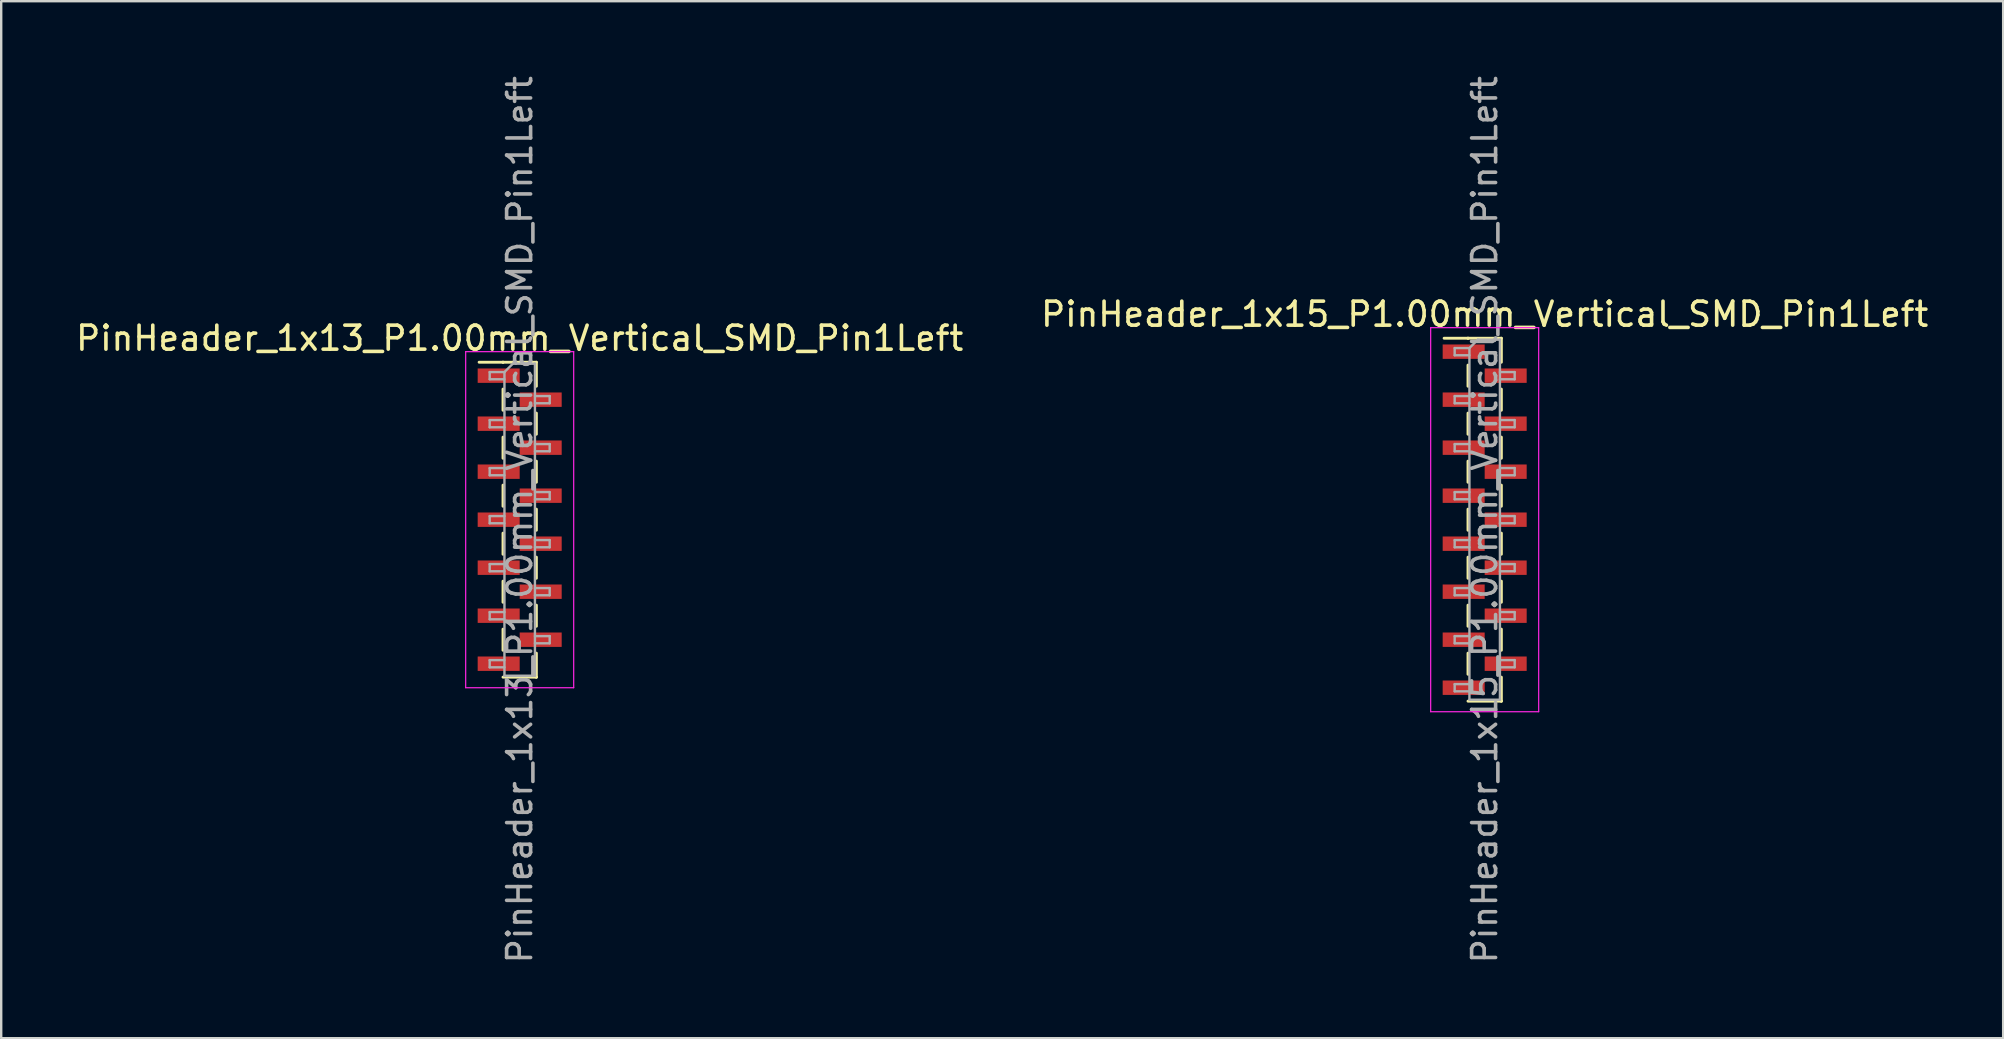
<source format=kicad_pcb>
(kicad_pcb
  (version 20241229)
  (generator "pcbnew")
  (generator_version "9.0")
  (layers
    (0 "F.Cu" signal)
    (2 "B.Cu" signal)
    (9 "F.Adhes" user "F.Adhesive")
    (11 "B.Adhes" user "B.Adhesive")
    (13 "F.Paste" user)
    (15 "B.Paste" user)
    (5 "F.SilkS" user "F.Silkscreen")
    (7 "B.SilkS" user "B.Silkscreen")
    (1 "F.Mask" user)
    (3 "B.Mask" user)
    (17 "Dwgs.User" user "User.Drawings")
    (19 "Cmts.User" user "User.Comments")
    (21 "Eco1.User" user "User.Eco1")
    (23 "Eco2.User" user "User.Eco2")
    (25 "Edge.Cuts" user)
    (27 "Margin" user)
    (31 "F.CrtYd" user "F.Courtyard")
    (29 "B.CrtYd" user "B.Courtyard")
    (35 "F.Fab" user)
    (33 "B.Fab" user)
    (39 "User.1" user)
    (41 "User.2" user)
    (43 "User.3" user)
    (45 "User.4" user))
  (footprint "PinHeader_1x13_P1.00mm_Vertical_SMD_Pin1Left"
    (layer "F.Cu")
    (at 18.601 18.601)
    (property "Reference" "PinHeader_1x13_P1.00mm_Vertical_SMD_Pin1Left" (at 0 -7.56 0) (layer "F.SilkS") (effects (font (size 1 1) (thickness 0.15))))
    (attr smd)
    (fp_line (start -0.695 -6.56) (end -1.69 -6.56) (stroke (width 0.12) (type solid)) (layer "F.SilkS"))
    (fp_line (start -0.695 -6.56) (end -0.695 -6.56) (stroke (width 0.12) (type solid)) (layer "F.SilkS"))
    (fp_line (start -0.695 -6.56) (end 0.695 -6.56) (stroke (width 0.12) (type solid)) (layer "F.SilkS"))
    (fp_line (start -0.695 -5.44) (end -0.695 -4.56) (stroke (width 0.12) (type solid)) (layer "F.SilkS"))
    (fp_line (start -0.695 -3.44) (end -0.695 -2.56) (stroke (width 0.12) (type solid)) (layer "F.SilkS"))
    (fp_line (start -0.695 -1.44) (end -0.695 -0.56) (stroke (width 0.12) (type solid)) (layer "F.SilkS"))
    (fp_line (start -0.695 0.56) (end -0.695 1.44) (stroke (width 0.12) (type solid)) (layer "F.SilkS"))
    (fp_line (start -0.695 2.56) (end -0.695 3.44) (stroke (width 0.12) (type solid)) (layer "F.SilkS"))
    (fp_line (start -0.695 4.56) (end -0.695 5.44) (stroke (width 0.12) (type solid)) (layer "F.SilkS"))
    (fp_line (start -0.695 6.56) (end 0.695 6.56) (stroke (width 0.12) (type solid)) (layer "F.SilkS"))
    (fp_line (start 0.695 -6.56) (end 0.695 -5.56) (stroke (width 0.12) (type solid)) (layer "F.SilkS"))
    (fp_line (start 0.695 -4.44) (end 0.695 -3.56) (stroke (width 0.12) (type solid)) (layer "F.SilkS"))
    (fp_line (start 0.695 -2.44) (end 0.695 -1.56) (stroke (width 0.12) (type solid)) (layer "F.SilkS"))
    (fp_line (start 0.695 -0.44) (end 0.695 0.44) (stroke (width 0.12) (type solid)) (layer "F.SilkS"))
    (fp_line (start 0.695 1.56) (end 0.695 2.44) (stroke (width 0.12) (type solid)) (layer "F.SilkS"))
    (fp_line (start 0.695 3.56) (end 0.695 4.44) (stroke (width 0.12) (type solid)) (layer "F.SilkS"))
    (fp_line (start 0.695 5.56) (end 0.695 6.56) (stroke (width 0.12) (type solid)) (layer "F.SilkS"))
    (fp_line (start 0.695 6.56) (end 0.695 6.56) (stroke (width 0.12) (type solid)) (layer "F.SilkS"))
    (fp_line (start -2.25 -7) (end -2.25 7) (stroke (width 0.05) (type solid)) (layer "F.CrtYd"))
    (fp_line (start -2.25 7) (end 2.25 7) (stroke (width 0.05) (type solid)) (layer "F.CrtYd"))
    (fp_line (start 2.25 -7) (end -2.25 -7) (stroke (width 0.05) (type solid)) (layer "F.CrtYd"))
    (fp_line (start 2.25 7) (end 2.25 -7) (stroke (width 0.05) (type solid)) (layer "F.CrtYd"))
    (fp_line (start -1.25 -6.15) (end -1.25 -5.85) (stroke (width 0.1) (type solid)) (layer "F.Fab"))
    (fp_line (start -1.25 -5.85) (end -0.635 -5.85) (stroke (width 0.1) (type solid)) (layer "F.Fab"))
    (fp_line (start -1.25 -4.15) (end -1.25 -3.85) (stroke (width 0.1) (type solid)) (layer "F.Fab"))
    (fp_line (start -1.25 -3.85) (end -0.635 -3.85) (stroke (width 0.1) (type solid)) (layer "F.Fab"))
    (fp_line (start -1.25 -2.15) (end -1.25 -1.85) (stroke (width 0.1) (type solid)) (layer "F.Fab"))
    (fp_line (start -1.25 -1.85) (end -0.635 -1.85) (stroke (width 0.1) (type solid)) (layer "F.Fab"))
    (fp_line (start -1.25 -0.15) (end -1.25 0.15) (stroke (width 0.1) (type solid)) (layer "F.Fab"))
    (fp_line (start -1.25 0.15) (end -0.635 0.15) (stroke (width 0.1) (type solid)) (layer "F.Fab"))
    (fp_line (start -1.25 1.85) (end -1.25 2.15) (stroke (width 0.1) (type solid)) (layer "F.Fab"))
    (fp_line (start -1.25 2.15) (end -0.635 2.15) (stroke (width 0.1) (type solid)) (layer "F.Fab"))
    (fp_line (start -1.25 3.85) (end -1.25 4.15) (stroke (width 0.1) (type solid)) (layer "F.Fab"))
    (fp_line (start -1.25 4.15) (end -0.635 4.15) (stroke (width 0.1) (type solid)) (layer "F.Fab"))
    (fp_line (start -1.25 5.85) (end -1.25 6.15) (stroke (width 0.1) (type solid)) (layer "F.Fab"))
    (fp_line (start -1.25 6.15) (end -0.635 6.15) (stroke (width 0.1) (type solid)) (layer "F.Fab"))
    (fp_line (start -0.635 -6.15) (end -1.25 -6.15) (stroke (width 0.1) (type solid)) (layer "F.Fab"))
    (fp_line (start -0.635 -6.15) (end -0.285 -6.5) (stroke (width 0.1) (type solid)) (layer "F.Fab"))
    (fp_line (start -0.635 -4.15) (end -1.25 -4.15) (stroke (width 0.1) (type solid)) (layer "F.Fab"))
    (fp_line (start -0.635 -2.15) (end -1.25 -2.15) (stroke (width 0.1) (type solid)) (layer "F.Fab"))
    (fp_line (start -0.635 -0.15) (end -1.25 -0.15) (stroke (width 0.1) (type solid)) (layer "F.Fab"))
    (fp_line (start -0.635 1.85) (end -1.25 1.85) (stroke (width 0.1) (type solid)) (layer "F.Fab"))
    (fp_line (start -0.635 3.85) (end -1.25 3.85) (stroke (width 0.1) (type solid)) (layer "F.Fab"))
    (fp_line (start -0.635 5.85) (end -1.25 5.85) (stroke (width 0.1) (type solid)) (layer "F.Fab"))
    (fp_line (start -0.635 6.5) (end -0.635 -6.15) (stroke (width 0.1) (type solid)) (layer "F.Fab"))
    (fp_line (start -0.285 -6.5) (end 0.635 -6.5) (stroke (width 0.1) (type solid)) (layer "F.Fab"))
    (fp_line (start 0.635 -6.5) (end 0.635 6.5) (stroke (width 0.1) (type solid)) (layer "F.Fab"))
    (fp_line (start 0.635 -5.15) (end 1.25 -5.15) (stroke (width 0.1) (type solid)) (layer "F.Fab"))
    (fp_line (start 0.635 -3.15) (end 1.25 -3.15) (stroke (width 0.1) (type solid)) (layer "F.Fab"))
    (fp_line (start 0.635 -1.15) (end 1.25 -1.15) (stroke (width 0.1) (type solid)) (layer "F.Fab"))
    (fp_line (start 0.635 0.85) (end 1.25 0.85) (stroke (width 0.1) (type solid)) (layer "F.Fab"))
    (fp_line (start 0.635 2.85) (end 1.25 2.85) (stroke (width 0.1) (type solid)) (layer "F.Fab"))
    (fp_line (start 0.635 4.85) (end 1.25 4.85) (stroke (width 0.1) (type solid)) (layer "F.Fab"))
    (fp_line (start 0.635 6.5) (end -0.635 6.5) (stroke (width 0.1) (type solid)) (layer "F.Fab"))
    (fp_line (start 1.25 -5.15) (end 1.25 -4.85) (stroke (width 0.1) (type solid)) (layer "F.Fab"))
    (fp_line (start 1.25 -4.85) (end 0.635 -4.85) (stroke (width 0.1) (type solid)) (layer "F.Fab"))
    (fp_line (start 1.25 -3.15) (end 1.25 -2.85) (stroke (width 0.1) (type solid)) (layer "F.Fab"))
    (fp_line (start 1.25 -2.85) (end 0.635 -2.85) (stroke (width 0.1) (type solid)) (layer "F.Fab"))
    (fp_line (start 1.25 -1.15) (end 1.25 -0.85) (stroke (width 0.1) (type solid)) (layer "F.Fab"))
    (fp_line (start 1.25 -0.85) (end 0.635 -0.85) (stroke (width 0.1) (type solid)) (layer "F.Fab"))
    (fp_line (start 1.25 0.85) (end 1.25 1.15) (stroke (width 0.1) (type solid)) (layer "F.Fab"))
    (fp_line (start 1.25 1.15) (end 0.635 1.15) (stroke (width 0.1) (type solid)) (layer "F.Fab"))
    (fp_line (start 1.25 2.85) (end 1.25 3.15) (stroke (width 0.1) (type solid)) (layer "F.Fab"))
    (fp_line (start 1.25 3.15) (end 0.635 3.15) (stroke (width 0.1) (type solid)) (layer "F.Fab"))
    (fp_line (start 1.25 4.85) (end 1.25 5.15) (stroke (width 0.1) (type solid)) (layer "F.Fab"))
    (fp_line (start 1.25 5.15) (end 0.635 5.15) (stroke (width 0.1) (type solid)) (layer "F.Fab"))
    (fp_text user "${REFERENCE}" (at 0 0 90) (layer "F.Fab") (effects (font (size 1 1) (thickness 0.15))))
    (pad "1" smd rect (at -0.875 -6) (size 1.75 0.6) (layers "F.Cu" "F.Mask" "F.Paste"))
    (pad "2" smd rect (at 0.875 -5) (size 1.75 0.6) (layers "F.Cu" "F.Mask" "F.Paste"))
    (pad "3" smd rect (at -0.875 -4) (size 1.75 0.6) (layers "F.Cu" "F.Mask" "F.Paste"))
    (pad "4" smd rect (at 0.875 -3) (size 1.75 0.6) (layers "F.Cu" "F.Mask" "F.Paste"))
    (pad "5" smd rect (at -0.875 -2) (size 1.75 0.6) (layers "F.Cu" "F.Mask" "F.Paste"))
    (pad "6" smd rect (at 0.875 -1) (size 1.75 0.6) (layers "F.Cu" "F.Mask" "F.Paste"))
    (pad "7" smd rect (at -0.875 0) (size 1.75 0.6) (layers "F.Cu" "F.Mask" "F.Paste"))
    (pad "8" smd rect (at 0.875 1) (size 1.75 0.6) (layers "F.Cu" "F.Mask" "F.Paste"))
    (pad "9" smd rect (at -0.875 2) (size 1.75 0.6) (layers "F.Cu" "F.Mask" "F.Paste"))
    (pad "10" smd rect (at 0.875 3) (size 1.75 0.6) (layers "F.Cu" "F.Mask" "F.Paste"))
    (pad "11" smd rect (at -0.875 4) (size 1.75 0.6) (layers "F.Cu" "F.Mask" "F.Paste"))
    (pad "12" smd rect (at 0.875 5) (size 1.75 0.6) (layers "F.Cu" "F.Mask" "F.Paste"))
    (pad "13" smd rect (at -0.875 6) (size 1.75 0.6) (layers "F.Cu" "F.Mask" "F.Paste")))
  (footprint "PinHeader_1x15_P1.00mm_Vertical_SMD_Pin1Left"
    (layer "F.Cu")
    (at 58.804 18.601)
    (property "Reference" "PinHeader_1x15_P1.00mm_Vertical_SMD_Pin1Left" (at 0 -8.56 0) (layer "F.SilkS") (effects (font (size 1 1) (thickness 0.15))))
    (attr smd)
    (fp_line (start -0.695 -7.56) (end -1.69 -7.56) (stroke (width 0.12) (type solid)) (layer "F.SilkS"))
    (fp_line (start -0.695 -7.56) (end -0.695 -7.56) (stroke (width 0.12) (type solid)) (layer "F.SilkS"))
    (fp_line (start -0.695 -7.56) (end 0.695 -7.56) (stroke (width 0.12) (type solid)) (layer "F.SilkS"))
    (fp_line (start -0.695 -6.44) (end -0.695 -5.56) (stroke (width 0.12) (type solid)) (layer "F.SilkS"))
    (fp_line (start -0.695 -4.44) (end -0.695 -3.56) (stroke (width 0.12) (type solid)) (layer "F.SilkS"))
    (fp_line (start -0.695 -2.44) (end -0.695 -1.56) (stroke (width 0.12) (type solid)) (layer "F.SilkS"))
    (fp_line (start -0.695 -0.44) (end -0.695 0.44) (stroke (width 0.12) (type solid)) (layer "F.SilkS"))
    (fp_line (start -0.695 1.56) (end -0.695 2.44) (stroke (width 0.12) (type solid)) (layer "F.SilkS"))
    (fp_line (start -0.695 3.56) (end -0.695 4.44) (stroke (width 0.12) (type solid)) (layer "F.SilkS"))
    (fp_line (start -0.695 5.56) (end -0.695 6.44) (stroke (width 0.12) (type solid)) (layer "F.SilkS"))
    (fp_line (start -0.695 7.56) (end 0.695 7.56) (stroke (width 0.12) (type solid)) (layer "F.SilkS"))
    (fp_line (start 0.695 -7.56) (end 0.695 -6.56) (stroke (width 0.12) (type solid)) (layer "F.SilkS"))
    (fp_line (start 0.695 -5.44) (end 0.695 -4.56) (stroke (width 0.12) (type solid)) (layer "F.SilkS"))
    (fp_line (start 0.695 -3.44) (end 0.695 -2.56) (stroke (width 0.12) (type solid)) (layer "F.SilkS"))
    (fp_line (start 0.695 -1.44) (end 0.695 -0.56) (stroke (width 0.12) (type solid)) (layer "F.SilkS"))
    (fp_line (start 0.695 0.56) (end 0.695 1.44) (stroke (width 0.12) (type solid)) (layer "F.SilkS"))
    (fp_line (start 0.695 2.56) (end 0.695 3.44) (stroke (width 0.12) (type solid)) (layer "F.SilkS"))
    (fp_line (start 0.695 4.56) (end 0.695 5.44) (stroke (width 0.12) (type solid)) (layer "F.SilkS"))
    (fp_line (start 0.695 6.56) (end 0.695 7.56) (stroke (width 0.12) (type solid)) (layer "F.SilkS"))
    (fp_line (start 0.695 7.56) (end 0.695 7.56) (stroke (width 0.12) (type solid)) (layer "F.SilkS"))
    (fp_line (start -2.25 -8) (end -2.25 8) (stroke (width 0.05) (type solid)) (layer "F.CrtYd"))
    (fp_line (start -2.25 8) (end 2.25 8) (stroke (width 0.05) (type solid)) (layer "F.CrtYd"))
    (fp_line (start 2.25 -8) (end -2.25 -8) (stroke (width 0.05) (type solid)) (layer "F.CrtYd"))
    (fp_line (start 2.25 8) (end 2.25 -8) (stroke (width 0.05) (type solid)) (layer "F.CrtYd"))
    (fp_line (start -1.25 -7.15) (end -1.25 -6.85) (stroke (width 0.1) (type solid)) (layer "F.Fab"))
    (fp_line (start -1.25 -6.85) (end -0.635 -6.85) (stroke (width 0.1) (type solid)) (layer "F.Fab"))
    (fp_line (start -1.25 -5.15) (end -1.25 -4.85) (stroke (width 0.1) (type solid)) (layer "F.Fab"))
    (fp_line (start -1.25 -4.85) (end -0.635 -4.85) (stroke (width 0.1) (type solid)) (layer "F.Fab"))
    (fp_line (start -1.25 -3.15) (end -1.25 -2.85) (stroke (width 0.1) (type solid)) (layer "F.Fab"))
    (fp_line (start -1.25 -2.85) (end -0.635 -2.85) (stroke (width 0.1) (type solid)) (layer "F.Fab"))
    (fp_line (start -1.25 -1.15) (end -1.25 -0.85) (stroke (width 0.1) (type solid)) (layer "F.Fab"))
    (fp_line (start -1.25 -0.85) (end -0.635 -0.85) (stroke (width 0.1) (type solid)) (layer "F.Fab"))
    (fp_line (start -1.25 0.85) (end -1.25 1.15) (stroke (width 0.1) (type solid)) (layer "F.Fab"))
    (fp_line (start -1.25 1.15) (end -0.635 1.15) (stroke (width 0.1) (type solid)) (layer "F.Fab"))
    (fp_line (start -1.25 2.85) (end -1.25 3.15) (stroke (width 0.1) (type solid)) (layer "F.Fab"))
    (fp_line (start -1.25 3.15) (end -0.635 3.15) (stroke (width 0.1) (type solid)) (layer "F.Fab"))
    (fp_line (start -1.25 4.85) (end -1.25 5.15) (stroke (width 0.1) (type solid)) (layer "F.Fab"))
    (fp_line (start -1.25 5.15) (end -0.635 5.15) (stroke (width 0.1) (type solid)) (layer "F.Fab"))
    (fp_line (start -1.25 6.85) (end -1.25 7.15) (stroke (width 0.1) (type solid)) (layer "F.Fab"))
    (fp_line (start -1.25 7.15) (end -0.635 7.15) (stroke (width 0.1) (type solid)) (layer "F.Fab"))
    (fp_line (start -0.635 -7.15) (end -1.25 -7.15) (stroke (width 0.1) (type solid)) (layer "F.Fab"))
    (fp_line (start -0.635 -7.15) (end -0.285 -7.5) (stroke (width 0.1) (type solid)) (layer "F.Fab"))
    (fp_line (start -0.635 -5.15) (end -1.25 -5.15) (stroke (width 0.1) (type solid)) (layer "F.Fab"))
    (fp_line (start -0.635 -3.15) (end -1.25 -3.15) (stroke (width 0.1) (type solid)) (layer "F.Fab"))
    (fp_line (start -0.635 -1.15) (end -1.25 -1.15) (stroke (width 0.1) (type solid)) (layer "F.Fab"))
    (fp_line (start -0.635 0.85) (end -1.25 0.85) (stroke (width 0.1) (type solid)) (layer "F.Fab"))
    (fp_line (start -0.635 2.85) (end -1.25 2.85) (stroke (width 0.1) (type solid)) (layer "F.Fab"))
    (fp_line (start -0.635 4.85) (end -1.25 4.85) (stroke (width 0.1) (type solid)) (layer "F.Fab"))
    (fp_line (start -0.635 6.85) (end -1.25 6.85) (stroke (width 0.1) (type solid)) (layer "F.Fab"))
    (fp_line (start -0.635 7.5) (end -0.635 -7.15) (stroke (width 0.1) (type solid)) (layer "F.Fab"))
    (fp_line (start -0.285 -7.5) (end 0.635 -7.5) (stroke (width 0.1) (type solid)) (layer "F.Fab"))
    (fp_line (start 0.635 -7.5) (end 0.635 7.5) (stroke (width 0.1) (type solid)) (layer "F.Fab"))
    (fp_line (start 0.635 -6.15) (end 1.25 -6.15) (stroke (width 0.1) (type solid)) (layer "F.Fab"))
    (fp_line (start 0.635 -4.15) (end 1.25 -4.15) (stroke (width 0.1) (type solid)) (layer "F.Fab"))
    (fp_line (start 0.635 -2.15) (end 1.25 -2.15) (stroke (width 0.1) (type solid)) (layer "F.Fab"))
    (fp_line (start 0.635 -0.15) (end 1.25 -0.15) (stroke (width 0.1) (type solid)) (layer "F.Fab"))
    (fp_line (start 0.635 1.85) (end 1.25 1.85) (stroke (width 0.1) (type solid)) (layer "F.Fab"))
    (fp_line (start 0.635 3.85) (end 1.25 3.85) (stroke (width 0.1) (type solid)) (layer "F.Fab"))
    (fp_line (start 0.635 5.85) (end 1.25 5.85) (stroke (width 0.1) (type solid)) (layer "F.Fab"))
    (fp_line (start 0.635 7.5) (end -0.635 7.5) (stroke (width 0.1) (type solid)) (layer "F.Fab"))
    (fp_line (start 1.25 -6.15) (end 1.25 -5.85) (stroke (width 0.1) (type solid)) (layer "F.Fab"))
    (fp_line (start 1.25 -5.85) (end 0.635 -5.85) (stroke (width 0.1) (type solid)) (layer "F.Fab"))
    (fp_line (start 1.25 -4.15) (end 1.25 -3.85) (stroke (width 0.1) (type solid)) (layer "F.Fab"))
    (fp_line (start 1.25 -3.85) (end 0.635 -3.85) (stroke (width 0.1) (type solid)) (layer "F.Fab"))
    (fp_line (start 1.25 -2.15) (end 1.25 -1.85) (stroke (width 0.1) (type solid)) (layer "F.Fab"))
    (fp_line (start 1.25 -1.85) (end 0.635 -1.85) (stroke (width 0.1) (type solid)) (layer "F.Fab"))
    (fp_line (start 1.25 -0.15) (end 1.25 0.15) (stroke (width 0.1) (type solid)) (layer "F.Fab"))
    (fp_line (start 1.25 0.15) (end 0.635 0.15) (stroke (width 0.1) (type solid)) (layer "F.Fab"))
    (fp_line (start 1.25 1.85) (end 1.25 2.15) (stroke (width 0.1) (type solid)) (layer "F.Fab"))
    (fp_line (start 1.25 2.15) (end 0.635 2.15) (stroke (width 0.1) (type solid)) (layer "F.Fab"))
    (fp_line (start 1.25 3.85) (end 1.25 4.15) (stroke (width 0.1) (type solid)) (layer "F.Fab"))
    (fp_line (start 1.25 4.15) (end 0.635 4.15) (stroke (width 0.1) (type solid)) (layer "F.Fab"))
    (fp_line (start 1.25 5.85) (end 1.25 6.15) (stroke (width 0.1) (type solid)) (layer "F.Fab"))
    (fp_line (start 1.25 6.15) (end 0.635 6.15) (stroke (width 0.1) (type solid)) (layer "F.Fab"))
    (fp_text user "${REFERENCE}" (at 0 0 90) (layer "F.Fab") (effects (font (size 1 1) (thickness 0.15))))
    (pad "1" smd rect (at -0.875 -7) (size 1.75 0.6) (layers "F.Cu" "F.Mask" "F.Paste"))
    (pad "2" smd rect (at 0.875 -6) (size 1.75 0.6) (layers "F.Cu" "F.Mask" "F.Paste"))
    (pad "3" smd rect (at -0.875 -5) (size 1.75 0.6) (layers "F.Cu" "F.Mask" "F.Paste"))
    (pad "4" smd rect (at 0.875 -4) (size 1.75 0.6) (layers "F.Cu" "F.Mask" "F.Paste"))
    (pad "5" smd rect (at -0.875 -3) (size 1.75 0.6) (layers "F.Cu" "F.Mask" "F.Paste"))
    (pad "6" smd rect (at 0.875 -2) (size 1.75 0.6) (layers "F.Cu" "F.Mask" "F.Paste"))
    (pad "7" smd rect (at -0.875 -1) (size 1.75 0.6) (layers "F.Cu" "F.Mask" "F.Paste"))
    (pad "8" smd rect (at 0.875 0) (size 1.75 0.6) (layers "F.Cu" "F.Mask" "F.Paste"))
    (pad "9" smd rect (at -0.875 1) (size 1.75 0.6) (layers "F.Cu" "F.Mask" "F.Paste"))
    (pad "10" smd rect (at 0.875 2) (size 1.75 0.6) (layers "F.Cu" "F.Mask" "F.Paste"))
    (pad "11" smd rect (at -0.875 3) (size 1.75 0.6) (layers "F.Cu" "F.Mask" "F.Paste"))
    (pad "12" smd rect (at 0.875 4) (size 1.75 0.6) (layers "F.Cu" "F.Mask" "F.Paste"))
    (pad "13" smd rect (at -0.875 5) (size 1.75 0.6) (layers "F.Cu" "F.Mask" "F.Paste"))
    (pad "14" smd rect (at 0.875 6) (size 1.75 0.6) (layers "F.Cu" "F.Mask" "F.Paste"))
    (pad "15" smd rect (at -0.875 7) (size 1.75 0.6) (layers "F.Cu" "F.Mask" "F.Paste")))
  (gr_rect
    (start -3 -3)
    (end 80.405 40.202)
    (stroke (width 0.1) (type default))
    (fill no)
    (layer "Edge.Cuts")))
</source>
